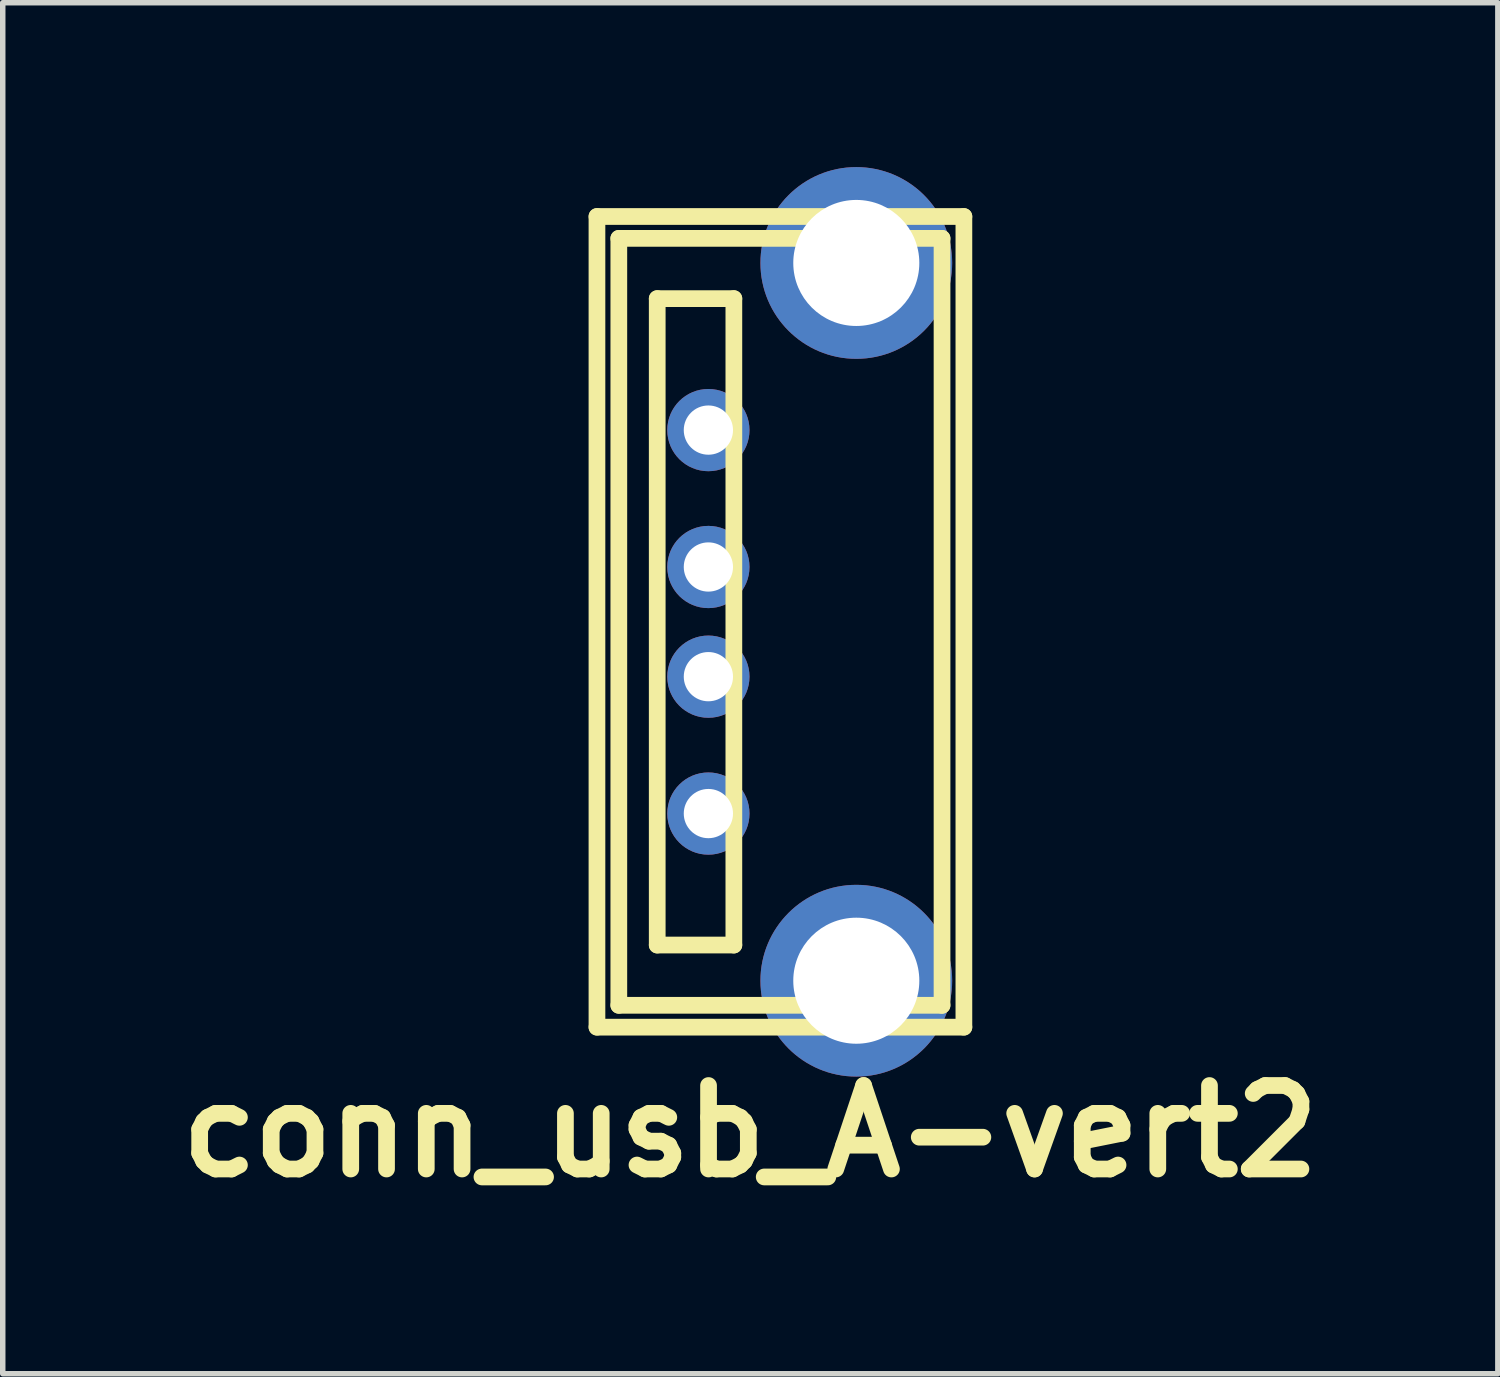
<source format=kicad_pcb>
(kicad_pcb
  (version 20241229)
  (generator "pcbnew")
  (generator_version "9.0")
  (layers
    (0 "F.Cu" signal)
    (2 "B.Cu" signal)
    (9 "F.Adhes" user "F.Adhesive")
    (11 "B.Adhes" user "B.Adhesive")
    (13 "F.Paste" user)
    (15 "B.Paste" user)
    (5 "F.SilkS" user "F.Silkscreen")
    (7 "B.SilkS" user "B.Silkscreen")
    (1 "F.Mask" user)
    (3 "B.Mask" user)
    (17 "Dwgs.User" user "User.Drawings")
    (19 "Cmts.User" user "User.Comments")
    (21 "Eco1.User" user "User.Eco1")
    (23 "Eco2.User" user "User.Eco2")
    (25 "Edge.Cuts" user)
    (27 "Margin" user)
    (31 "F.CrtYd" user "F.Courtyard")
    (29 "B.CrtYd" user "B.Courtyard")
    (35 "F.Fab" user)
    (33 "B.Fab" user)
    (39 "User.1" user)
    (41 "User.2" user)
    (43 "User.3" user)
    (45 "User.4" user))
  (footprint "conn_usb_A-vert2"
    (layer "F.Cu")
    (at 10.646 8.301)
    (property "Reference" "conn_usb_A-vert2" (at 0 9.299 0) (layer "F.SilkS") (effects (font (size 1.524 1.524) (thickness 0.305))))
    (attr through_hole)
    (fp_line (start -2.799 -7.399) (end -2.799 7.399) (stroke (width 0.305) (type solid)) (layer "F.SilkS"))
    (fp_line (start -2.799 7.399) (end 3.899 7.399) (stroke (width 0.305) (type solid)) (layer "F.SilkS"))
    (fp_line (start -2.4 -7) (end 3.5 -7) (stroke (width 0.305) (type solid)) (layer "F.SilkS"))
    (fp_line (start -2.4 7) (end -2.4 -7) (stroke (width 0.305) (type solid)) (layer "F.SilkS"))
    (fp_line (start -1.699 -5.9) (end -0.3 -5.9) (stroke (width 0.305) (type solid)) (layer "F.SilkS"))
    (fp_line (start -1.699 5.9) (end -1.699 -5.9) (stroke (width 0.305) (type solid)) (layer "F.SilkS"))
    (fp_line (start -0.3 -5.9) (end -0.3 5.9) (stroke (width 0.305) (type solid)) (layer "F.SilkS"))
    (fp_line (start -0.3 5.9) (end -1.699 5.9) (stroke (width 0.305) (type solid)) (layer "F.SilkS"))
    (fp_line (start 3.5 -7) (end 3.5 7) (stroke (width 0.305) (type solid)) (layer "F.SilkS"))
    (fp_line (start 3.5 7) (end -2.4 7) (stroke (width 0.305) (type solid)) (layer "F.SilkS"))
    (fp_line (start 3.899 -7.399) (end -2.799 -7.399) (stroke (width 0.305) (type solid)) (layer "F.SilkS"))
    (fp_line (start 3.899 7.399) (end 3.899 -7.399) (stroke (width 0.305) (type solid)) (layer "F.SilkS"))
    (pad "1" thru_hole circle (at -0.765 3.5) (size 1.501 1.501) (drill 0.899) (layers "*.Cu" "*.Mask"))
    (pad "2" thru_hole circle (at -0.765 1.001) (size 1.501 1.501) (drill 0.899) (layers "*.Cu" "*.Mask"))
    (pad "3" thru_hole circle (at -0.765 -1.001) (size 1.501 1.501) (drill 0.899) (layers "*.Cu" "*.Mask"))
    (pad "4" thru_hole circle (at -0.765 -3.5) (size 1.501 1.501) (drill 0.899) (layers "*.Cu" "*.Mask"))
    (pad "5" thru_hole circle (at 1.935 -6.551) (size 3.5 3.5) (drill 2.301) (layers "*.Cu" "*.Mask"))
    (pad "5" thru_hole circle (at 1.935 6.551) (size 3.5 3.5) (drill 2.301) (layers "*.Cu" "*.Mask")))
  (gr_rect
    (start -3 -3)
    (end 24.292 22.026)
    (stroke (width 0.1) (type default))
    (fill no)
    (layer "Edge.Cuts")))
</source>
